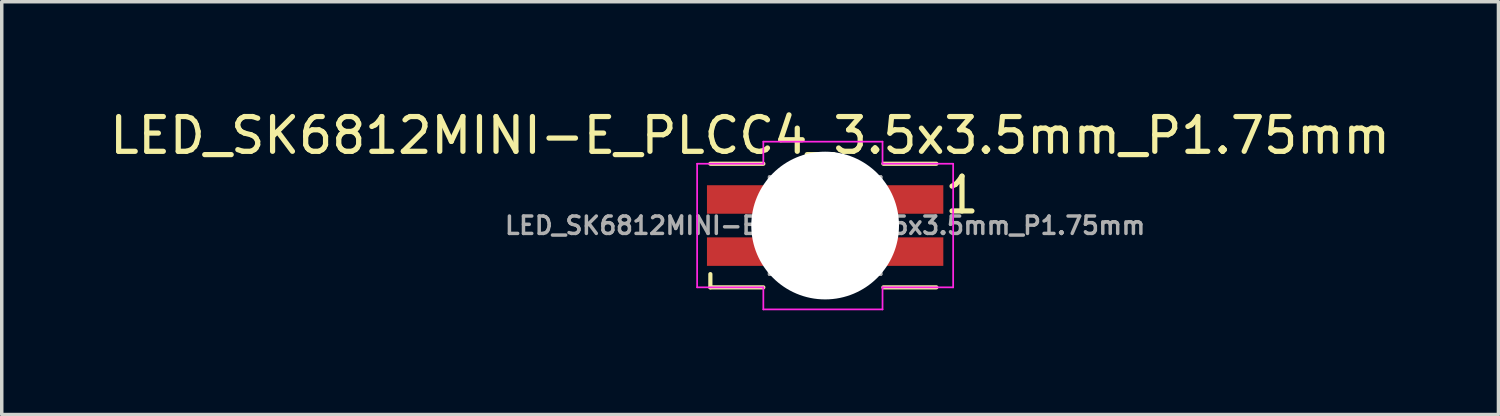
<source format=kicad_pcb>
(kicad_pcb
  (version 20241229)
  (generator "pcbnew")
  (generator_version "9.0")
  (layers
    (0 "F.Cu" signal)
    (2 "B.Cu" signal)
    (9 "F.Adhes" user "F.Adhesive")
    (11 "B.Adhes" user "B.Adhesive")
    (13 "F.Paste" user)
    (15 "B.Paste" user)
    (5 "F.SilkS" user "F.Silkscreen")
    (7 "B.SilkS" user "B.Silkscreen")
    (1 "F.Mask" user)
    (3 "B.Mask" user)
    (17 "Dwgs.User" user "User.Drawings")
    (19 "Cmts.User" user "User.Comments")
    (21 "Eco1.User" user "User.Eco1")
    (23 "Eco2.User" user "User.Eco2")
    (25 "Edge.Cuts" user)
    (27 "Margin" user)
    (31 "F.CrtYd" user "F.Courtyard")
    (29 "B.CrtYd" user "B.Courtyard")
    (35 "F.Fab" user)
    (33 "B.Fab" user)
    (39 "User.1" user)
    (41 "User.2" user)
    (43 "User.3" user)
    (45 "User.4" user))
  (footprint "LED_SK6812MINI-E_PLCC4_3.5x3.5mm_P1.75mm"
    (layer "F.Cu")
    (at 20.689 3.439)
    (property "Reference" "LED_SK6812MINI-E_PLCC4_3.5x3.5mm_P1.75mm" (at -2.159 -2.591 0) (layer "F.SilkS") (effects (font (size 1 1) (thickness 0.15))))
    (attr smd)
    (fp_line (start -3.302 -1.778) (end -1.778 -1.778) (stroke (width 0.12) (type solid)) (layer "F.SilkS"))
    (fp_line (start -3.302 1.778) (end -3.302 1.397) (stroke (width 0.12) (type solid)) (layer "F.SilkS"))
    (fp_line (start -3.302 1.778) (end -1.778 1.778) (stroke (width 0.12) (type solid)) (layer "F.SilkS"))
    (fp_line (start 1.676 -1.778) (end 3.2 -1.778) (stroke (width 0.12) (type solid)) (layer "F.SilkS"))
    (fp_line (start 1.676 1.778) (end 3.2 1.778) (stroke (width 0.12) (type solid)) (layer "F.SilkS"))
    (fp_line (start -3.683 -1.778) (end -3.683 1.778) (stroke (width 0.05) (type solid)) (layer "F.CrtYd"))
    (fp_line (start -3.683 1.778) (end -1.778 1.778) (stroke (width 0.05) (type solid)) (layer "F.CrtYd"))
    (fp_line (start -1.778 -2.413) (end 1.651 -2.413) (stroke (width 0.05) (type solid)) (layer "F.CrtYd"))
    (fp_line (start -1.778 -1.778) (end -3.683 -1.778) (stroke (width 0.05) (type solid)) (layer "F.CrtYd"))
    (fp_line (start -1.778 -1.778) (end -1.778 -2.413) (stroke (width 0.05) (type solid)) (layer "F.CrtYd"))
    (fp_line (start -1.778 1.778) (end -1.778 2.413) (stroke (width 0.05) (type solid)) (layer "F.CrtYd"))
    (fp_line (start -1.778 2.413) (end 1.651 2.413) (stroke (width 0.05) (type solid)) (layer "F.CrtYd"))
    (fp_line (start 1.651 -2.413) (end 1.651 -1.778) (stroke (width 0.05) (type solid)) (layer "F.CrtYd"))
    (fp_line (start 1.651 -1.778) (end 3.683 -1.778) (stroke (width 0.05) (type solid)) (layer "F.CrtYd"))
    (fp_line (start 1.651 1.778) (end 3.683 1.778) (stroke (width 0.05) (type solid)) (layer "F.CrtYd"))
    (fp_line (start 1.651 2.413) (end 1.651 1.778) (stroke (width 0.05) (type solid)) (layer "F.CrtYd"))
    (fp_line (start 3.683 1.778) (end 3.683 -1.778) (stroke (width 0.05) (type solid)) (layer "F.CrtYd"))
    (fp_line (start -1.6 -1.397) (end -1.6 1.4) (stroke (width 0.1) (type solid)) (layer "F.Fab"))
    (fp_line (start -1.6 0.5) (end -0.75 1.4) (stroke (width 0.1) (type solid)) (layer "F.Fab"))
    (fp_line (start -1.6 1.4) (end 1.6 1.4) (stroke (width 0.1) (type solid)) (layer "F.Fab"))
    (fp_line (start -0.762 -1.397) (end -0.75 1.4) (stroke (width 0.1) (type solid)) (layer "F.Fab"))
    (fp_line (start 0.762 -1.397) (end 0.762 1.397) (stroke (width 0.1) (type solid)) (layer "F.Fab"))
    (fp_line (start 1.6 -1.4) (end -1.6 -1.397) (stroke (width 0.1) (type solid)) (layer "F.Fab"))
    (fp_line (start 1.6 1.4) (end 1.6 -1.4) (stroke (width 0.1) (type solid)) (layer "F.Fab"))
    (fp_text user "1" (at 3.937 -0.875 0) (layer "F.SilkS") (effects (font (size 1 1) (thickness 0.15))))
    (fp_text user "${REFERENCE}" (at 0 0 0) (layer "F.Fab") (effects (font (size 0.5 0.5) (thickness 0.1))))
    (pad "" np_thru_hole circle (at 0 0) (size 4.25 4.25) (drill 4.25) (layers "*.Cu" "*.Mask"))
    (pad "1" smd rect (at 2.5 -0.75) (size 1.8 0.82) (layers "F.Cu" "F.Mask" "F.Paste"))
    (pad "2" smd rect (at 2.5 0.75) (size 1.8 0.82) (layers "F.Cu" "F.Mask" "F.Paste"))
    (pad "3" smd rect (at -2.5 0.75) (size 1.8 0.82) (layers "F.Cu" "F.Mask" "F.Paste"))
    (pad "4" smd rect (at -2.5 -0.75) (size 1.8 0.82) (layers "F.Cu" "F.Mask" "F.Paste")))
  (gr_rect
    (start -3 -3)
    (end 40.06 8.877)
    (stroke (width 0.1) (type default))
    (fill no)
    (layer "Edge.Cuts")))
</source>
